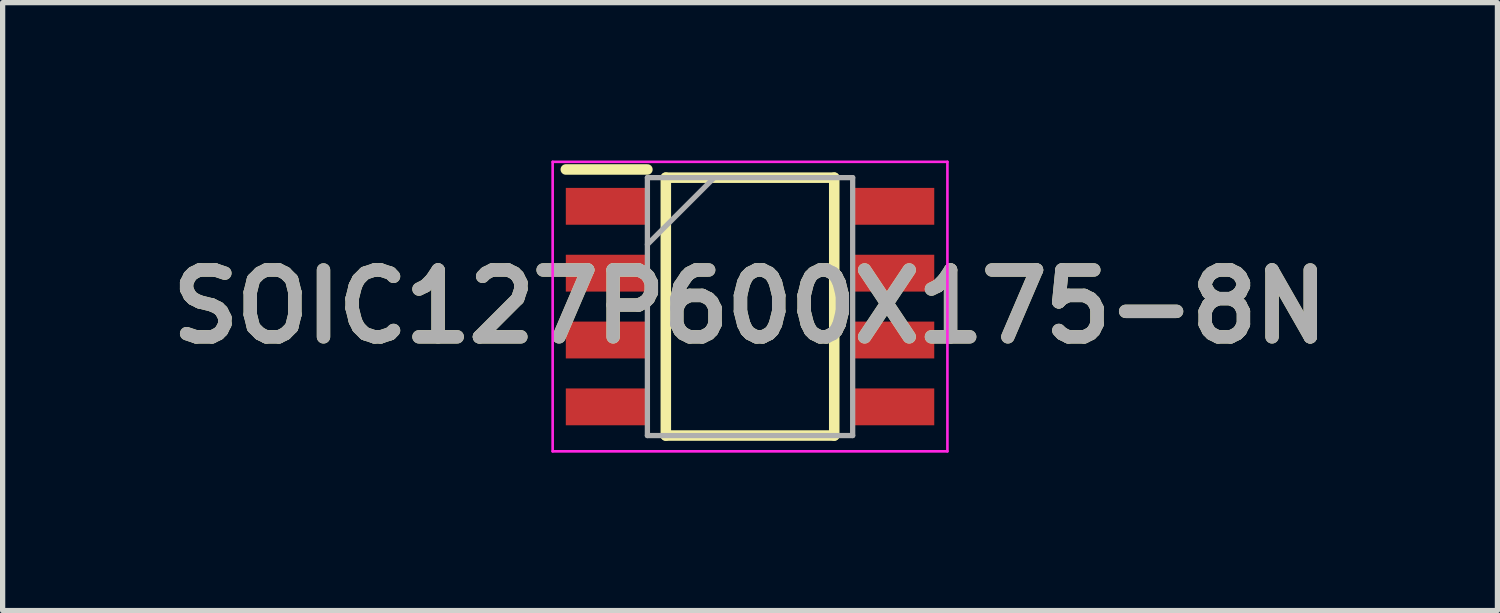
<source format=kicad_pcb>
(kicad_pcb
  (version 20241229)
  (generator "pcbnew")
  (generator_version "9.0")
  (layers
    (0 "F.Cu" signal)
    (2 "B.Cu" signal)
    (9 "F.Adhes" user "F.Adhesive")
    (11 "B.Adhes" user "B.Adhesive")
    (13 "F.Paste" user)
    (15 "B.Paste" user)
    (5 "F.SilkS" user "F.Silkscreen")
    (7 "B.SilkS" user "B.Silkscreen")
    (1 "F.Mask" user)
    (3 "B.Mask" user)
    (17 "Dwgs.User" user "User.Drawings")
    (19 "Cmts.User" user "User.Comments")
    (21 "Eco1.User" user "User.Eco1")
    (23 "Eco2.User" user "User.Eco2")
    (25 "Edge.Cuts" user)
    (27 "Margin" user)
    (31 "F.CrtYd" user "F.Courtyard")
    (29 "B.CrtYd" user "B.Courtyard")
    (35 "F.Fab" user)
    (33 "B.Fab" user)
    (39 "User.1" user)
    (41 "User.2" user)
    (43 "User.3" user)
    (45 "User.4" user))
  (footprint "SOIC127P600X175-8N"
    (layer "F.Cu")
    (at 11.2 2.775)
    (property "Reference" "SOIC127P600X175-8N" (at 0 0 0) (layer "F.SilkS") (effects (font (size 1.27 1.27) (thickness 0.254))))
    (attr smd)
    (fp_line (start -3.5 -2.605) (end -1.95 -2.605) (stroke (width 0.2) (type solid)) (layer "F.SilkS"))
    (fp_line (start -1.6 -2.45) (end 1.6 -2.45) (stroke (width 0.2) (type solid)) (layer "F.SilkS"))
    (fp_line (start -1.6 2.45) (end -1.6 -2.45) (stroke (width 0.2) (type solid)) (layer "F.SilkS"))
    (fp_line (start 1.6 -2.45) (end 1.6 2.45) (stroke (width 0.2) (type solid)) (layer "F.SilkS"))
    (fp_line (start 1.6 2.45) (end -1.6 2.45) (stroke (width 0.2) (type solid)) (layer "F.SilkS"))
    (fp_line (start -3.75 -2.75) (end 3.75 -2.75) (stroke (width 0.05) (type solid)) (layer "F.CrtYd"))
    (fp_line (start -3.75 2.75) (end -3.75 -2.75) (stroke (width 0.05) (type solid)) (layer "F.CrtYd"))
    (fp_line (start 3.75 -2.75) (end 3.75 2.75) (stroke (width 0.05) (type solid)) (layer "F.CrtYd"))
    (fp_line (start 3.75 2.75) (end -3.75 2.75) (stroke (width 0.05) (type solid)) (layer "F.CrtYd"))
    (fp_line (start -1.95 -2.45) (end 1.95 -2.45) (stroke (width 0.1) (type solid)) (layer "F.Fab"))
    (fp_line (start -1.95 -1.18) (end -0.68 -2.45) (stroke (width 0.1) (type solid)) (layer "F.Fab"))
    (fp_line (start -1.95 2.45) (end -1.95 -2.45) (stroke (width 0.1) (type solid)) (layer "F.Fab"))
    (fp_line (start 1.95 -2.45) (end 1.95 2.45) (stroke (width 0.1) (type solid)) (layer "F.Fab"))
    (fp_line (start 1.95 2.45) (end -1.95 2.45) (stroke (width 0.1) (type solid)) (layer "F.Fab"))
    (fp_text user "${REFERENCE}" (at 0 0 0) (layer "F.Fab") (effects (font (size 1.27 1.27) (thickness 0.254))))
    (pad "1" smd rect (at -2.725 -1.905 90) (size 0.7 1.55) (layers "F.Cu" "F.Mask" "F.Paste"))
    (pad "2" smd rect (at -2.725 -0.635 90) (size 0.7 1.55) (layers "F.Cu" "F.Mask" "F.Paste"))
    (pad "3" smd rect (at -2.725 0.635 90) (size 0.7 1.55) (layers "F.Cu" "F.Mask" "F.Paste"))
    (pad "4" smd rect (at -2.725 1.905 90) (size 0.7 1.55) (layers "F.Cu" "F.Mask" "F.Paste"))
    (pad "5" smd rect (at 2.725 1.905 90) (size 0.7 1.55) (layers "F.Cu" "F.Mask" "F.Paste"))
    (pad "6" smd rect (at 2.725 0.635 90) (size 0.7 1.55) (layers "F.Cu" "F.Mask" "F.Paste"))
    (pad "7" smd rect (at 2.725 -0.635 90) (size 0.7 1.55) (layers "F.Cu" "F.Mask" "F.Paste"))
    (pad "8" smd rect (at 2.725 -1.905 90) (size 0.7 1.55) (layers "F.Cu" "F.Mask" "F.Paste")))
  (gr_rect
    (start -3 -3)
    (end 25.4 8.55)
    (stroke (width 0.1) (type default))
    (fill no)
    (layer "Edge.Cuts")))
</source>
